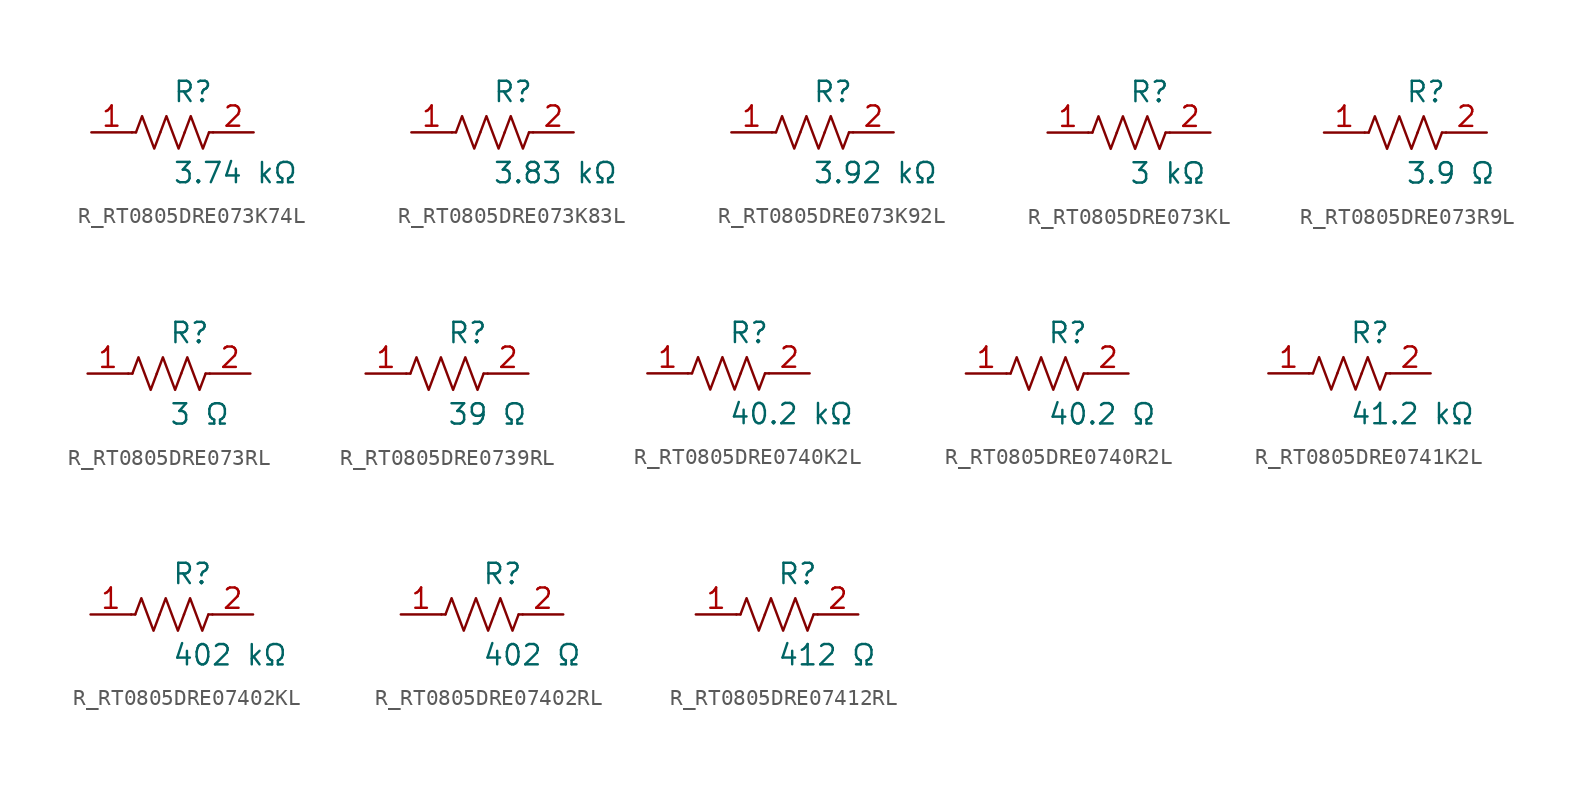
<source format=kicad_sym>
(kicad_symbol_lib
  (version 20231120)
  (generator kicad_symbol_editor)
  (generator_version 8.0)
  (symbol "R_RT0805DRE073K74L"
    (pin_names
      (offset 0.254))
    (property "Reference" "R"
      (at 0 2.54 0)
      (effects (font (size 1.27 1.27)) (justify left)))
    (property "Value" "3.74 kΩ"
      (at 0 -2.54 0)
      (effects (font (size 1.27 1.27)) (justify left)))
    (symbol "R_RT0805DRE073K74L_0_1"
      (polyline (pts (xy 2.286 0) (xy 2.54 0)) (stroke (width 0) (type default)) (fill (type none)))
      (polyline (pts (xy -2.286 0) (xy -2.54 0)) (stroke (width 0) (type default)) (fill (type none)))
      (polyline (pts (xy 0.762 0) (xy 1.143 1.016) (xy 1.524 0) (xy 1.905 -1.016) (xy 2.286 0)) (stroke (width 0) (type default)) (fill (type none)))
      (polyline (pts (xy -0.762 0) (xy -0.381 1.016) (xy 0 0) (xy 0.381 -1.016) (xy 0.762 0)) (stroke (width 0) (type default)) (fill (type none)))
      (polyline (pts (xy -2.286 0) (xy -1.905 1.016) (xy -1.524 0) (xy -1.143 -1.016) (xy -0.762 0)) (stroke (width 0) (type default)) (fill (type none))))
    (pin passive line
      (at -5.08 0 0)
      (length 2.54)
      (name "" (effects (font (size 1.27 1.27))))
      (number "1" (effects (font (size 1.27 1.27)))))
    (pin passive line
      (at 5.08 0 180)
      (length 2.54)
      (name "" (effects (font (size 1.27 1.27))))
      (number "2" (effects (font (size 1.27 1.27))))))
  (symbol "R_RT0805DRE073K83L"
    (pin_names
      (offset 0.254))
    (property "Reference" "R"
      (at 0 2.54 0)
      (effects (font (size 1.27 1.27)) (justify left)))
    (property "Value" "3.83 kΩ"
      (at 0 -2.54 0)
      (effects (font (size 1.27 1.27)) (justify left)))
    (symbol "R_RT0805DRE073K83L_0_1"
      (polyline (pts (xy 2.286 0) (xy 2.54 0)) (stroke (width 0) (type default)) (fill (type none)))
      (polyline (pts (xy -2.286 0) (xy -2.54 0)) (stroke (width 0) (type default)) (fill (type none)))
      (polyline (pts (xy 0.762 0) (xy 1.143 1.016) (xy 1.524 0) (xy 1.905 -1.016) (xy 2.286 0)) (stroke (width 0) (type default)) (fill (type none)))
      (polyline (pts (xy -0.762 0) (xy -0.381 1.016) (xy 0 0) (xy 0.381 -1.016) (xy 0.762 0)) (stroke (width 0) (type default)) (fill (type none)))
      (polyline (pts (xy -2.286 0) (xy -1.905 1.016) (xy -1.524 0) (xy -1.143 -1.016) (xy -0.762 0)) (stroke (width 0) (type default)) (fill (type none))))
    (pin passive line
      (at -5.08 0 0)
      (length 2.54)
      (name "" (effects (font (size 1.27 1.27))))
      (number "1" (effects (font (size 1.27 1.27)))))
    (pin passive line
      (at 5.08 0 180)
      (length 2.54)
      (name "" (effects (font (size 1.27 1.27))))
      (number "2" (effects (font (size 1.27 1.27))))))
  (symbol "R_RT0805DRE073K92L"
    (pin_names
      (offset 0.254))
    (property "Reference" "R"
      (at 0 2.54 0)
      (effects (font (size 1.27 1.27)) (justify left)))
    (property "Value" "3.92 kΩ"
      (at 0 -2.54 0)
      (effects (font (size 1.27 1.27)) (justify left)))
    (symbol "R_RT0805DRE073K92L_0_1"
      (polyline (pts (xy 2.286 0) (xy 2.54 0)) (stroke (width 0) (type default)) (fill (type none)))
      (polyline (pts (xy -2.286 0) (xy -2.54 0)) (stroke (width 0) (type default)) (fill (type none)))
      (polyline (pts (xy 0.762 0) (xy 1.143 1.016) (xy 1.524 0) (xy 1.905 -1.016) (xy 2.286 0)) (stroke (width 0) (type default)) (fill (type none)))
      (polyline (pts (xy -0.762 0) (xy -0.381 1.016) (xy 0 0) (xy 0.381 -1.016) (xy 0.762 0)) (stroke (width 0) (type default)) (fill (type none)))
      (polyline (pts (xy -2.286 0) (xy -1.905 1.016) (xy -1.524 0) (xy -1.143 -1.016) (xy -0.762 0)) (stroke (width 0) (type default)) (fill (type none))))
    (pin passive line
      (at -5.08 0 0)
      (length 2.54)
      (name "" (effects (font (size 1.27 1.27))))
      (number "1" (effects (font (size 1.27 1.27)))))
    (pin passive line
      (at 5.08 0 180)
      (length 2.54)
      (name "" (effects (font (size 1.27 1.27))))
      (number "2" (effects (font (size 1.27 1.27))))))
  (symbol "R_RT0805DRE073KL"
    (pin_names
      (offset 0.254))
    (property "Reference" "R"
      (at 0 2.54 0)
      (effects (font (size 1.27 1.27)) (justify left)))
    (property "Value" "3 kΩ"
      (at 0 -2.54 0)
      (effects (font (size 1.27 1.27)) (justify left)))
    (symbol "R_RT0805DRE073KL_0_1"
      (polyline (pts (xy 2.286 0) (xy 2.54 0)) (stroke (width 0) (type default)) (fill (type none)))
      (polyline (pts (xy -2.286 0) (xy -2.54 0)) (stroke (width 0) (type default)) (fill (type none)))
      (polyline (pts (xy 0.762 0) (xy 1.143 1.016) (xy 1.524 0) (xy 1.905 -1.016) (xy 2.286 0)) (stroke (width 0) (type default)) (fill (type none)))
      (polyline (pts (xy -0.762 0) (xy -0.381 1.016) (xy 0 0) (xy 0.381 -1.016) (xy 0.762 0)) (stroke (width 0) (type default)) (fill (type none)))
      (polyline (pts (xy -2.286 0) (xy -1.905 1.016) (xy -1.524 0) (xy -1.143 -1.016) (xy -0.762 0)) (stroke (width 0) (type default)) (fill (type none))))
    (pin passive line
      (at -5.08 0 0)
      (length 2.54)
      (name "" (effects (font (size 1.27 1.27))))
      (number "1" (effects (font (size 1.27 1.27)))))
    (pin passive line
      (at 5.08 0 180)
      (length 2.54)
      (name "" (effects (font (size 1.27 1.27))))
      (number "2" (effects (font (size 1.27 1.27))))))
  (symbol "R_RT0805DRE073R9L"
    (pin_names
      (offset 0.254))
    (property "Reference" "R"
      (at 0 2.54 0)
      (effects (font (size 1.27 1.27)) (justify left)))
    (property "Value" "3.9 Ω"
      (at 0 -2.54 0)
      (effects (font (size 1.27 1.27)) (justify left)))
    (symbol "R_RT0805DRE073R9L_0_1"
      (polyline (pts (xy 2.286 0) (xy 2.54 0)) (stroke (width 0) (type default)) (fill (type none)))
      (polyline (pts (xy -2.286 0) (xy -2.54 0)) (stroke (width 0) (type default)) (fill (type none)))
      (polyline (pts (xy 0.762 0) (xy 1.143 1.016) (xy 1.524 0) (xy 1.905 -1.016) (xy 2.286 0)) (stroke (width 0) (type default)) (fill (type none)))
      (polyline (pts (xy -0.762 0) (xy -0.381 1.016) (xy 0 0) (xy 0.381 -1.016) (xy 0.762 0)) (stroke (width 0) (type default)) (fill (type none)))
      (polyline (pts (xy -2.286 0) (xy -1.905 1.016) (xy -1.524 0) (xy -1.143 -1.016) (xy -0.762 0)) (stroke (width 0) (type default)) (fill (type none))))
    (pin passive line
      (at -5.08 0 0)
      (length 2.54)
      (name "" (effects (font (size 1.27 1.27))))
      (number "1" (effects (font (size 1.27 1.27)))))
    (pin passive line
      (at 5.08 0 180)
      (length 2.54)
      (name "" (effects (font (size 1.27 1.27))))
      (number "2" (effects (font (size 1.27 1.27))))))
  (symbol "R_RT0805DRE073RL"
    (pin_names
      (offset 0.254))
    (property "Reference" "R"
      (at 0 2.54 0)
      (effects (font (size 1.27 1.27)) (justify left)))
    (property "Value" "3 Ω"
      (at 0 -2.54 0)
      (effects (font (size 1.27 1.27)) (justify left)))
    (symbol "R_RT0805DRE073RL_0_1"
      (polyline (pts (xy 2.286 0) (xy 2.54 0)) (stroke (width 0) (type default)) (fill (type none)))
      (polyline (pts (xy -2.286 0) (xy -2.54 0)) (stroke (width 0) (type default)) (fill (type none)))
      (polyline (pts (xy 0.762 0) (xy 1.143 1.016) (xy 1.524 0) (xy 1.905 -1.016) (xy 2.286 0)) (stroke (width 0) (type default)) (fill (type none)))
      (polyline (pts (xy -0.762 0) (xy -0.381 1.016) (xy 0 0) (xy 0.381 -1.016) (xy 0.762 0)) (stroke (width 0) (type default)) (fill (type none)))
      (polyline (pts (xy -2.286 0) (xy -1.905 1.016) (xy -1.524 0) (xy -1.143 -1.016) (xy -0.762 0)) (stroke (width 0) (type default)) (fill (type none))))
    (pin passive line
      (at -5.08 0 0)
      (length 2.54)
      (name "" (effects (font (size 1.27 1.27))))
      (number "1" (effects (font (size 1.27 1.27)))))
    (pin passive line
      (at 5.08 0 180)
      (length 2.54)
      (name "" (effects (font (size 1.27 1.27))))
      (number "2" (effects (font (size 1.27 1.27))))))
  (symbol "R_RT0805DRE0739RL"
    (pin_names
      (offset 0.254))
    (property "Reference" "R"
      (at 0 2.54 0)
      (effects (font (size 1.27 1.27)) (justify left)))
    (property "Value" "39 Ω"
      (at 0 -2.54 0)
      (effects (font (size 1.27 1.27)) (justify left)))
    (symbol "R_RT0805DRE0739RL_0_1"
      (polyline (pts (xy 2.286 0) (xy 2.54 0)) (stroke (width 0) (type default)) (fill (type none)))
      (polyline (pts (xy -2.286 0) (xy -2.54 0)) (stroke (width 0) (type default)) (fill (type none)))
      (polyline (pts (xy 0.762 0) (xy 1.143 1.016) (xy 1.524 0) (xy 1.905 -1.016) (xy 2.286 0)) (stroke (width 0) (type default)) (fill (type none)))
      (polyline (pts (xy -0.762 0) (xy -0.381 1.016) (xy 0 0) (xy 0.381 -1.016) (xy 0.762 0)) (stroke (width 0) (type default)) (fill (type none)))
      (polyline (pts (xy -2.286 0) (xy -1.905 1.016) (xy -1.524 0) (xy -1.143 -1.016) (xy -0.762 0)) (stroke (width 0) (type default)) (fill (type none))))
    (pin passive line
      (at -5.08 0 0)
      (length 2.54)
      (name "" (effects (font (size 1.27 1.27))))
      (number "1" (effects (font (size 1.27 1.27)))))
    (pin passive line
      (at 5.08 0 180)
      (length 2.54)
      (name "" (effects (font (size 1.27 1.27))))
      (number "2" (effects (font (size 1.27 1.27))))))
  (symbol "R_RT0805DRE0740K2L"
    (pin_names
      (offset 0.254))
    (property "Reference" "R"
      (at 0 2.54 0)
      (effects (font (size 1.27 1.27)) (justify left)))
    (property "Value" "40.2 kΩ"
      (at 0 -2.54 0)
      (effects (font (size 1.27 1.27)) (justify left)))
    (symbol "R_RT0805DRE0740K2L_0_1"
      (polyline (pts (xy 2.286 0) (xy 2.54 0)) (stroke (width 0) (type default)) (fill (type none)))
      (polyline (pts (xy -2.286 0) (xy -2.54 0)) (stroke (width 0) (type default)) (fill (type none)))
      (polyline (pts (xy 0.762 0) (xy 1.143 1.016) (xy 1.524 0) (xy 1.905 -1.016) (xy 2.286 0)) (stroke (width 0) (type default)) (fill (type none)))
      (polyline (pts (xy -0.762 0) (xy -0.381 1.016) (xy 0 0) (xy 0.381 -1.016) (xy 0.762 0)) (stroke (width 0) (type default)) (fill (type none)))
      (polyline (pts (xy -2.286 0) (xy -1.905 1.016) (xy -1.524 0) (xy -1.143 -1.016) (xy -0.762 0)) (stroke (width 0) (type default)) (fill (type none))))
    (pin passive line
      (at -5.08 0 0)
      (length 2.54)
      (name "" (effects (font (size 1.27 1.27))))
      (number "1" (effects (font (size 1.27 1.27)))))
    (pin passive line
      (at 5.08 0 180)
      (length 2.54)
      (name "" (effects (font (size 1.27 1.27))))
      (number "2" (effects (font (size 1.27 1.27))))))
  (symbol "R_RT0805DRE0740R2L"
    (pin_names
      (offset 0.254))
    (property "Reference" "R"
      (at 0 2.54 0)
      (effects (font (size 1.27 1.27)) (justify left)))
    (property "Value" "40.2 Ω"
      (at 0 -2.54 0)
      (effects (font (size 1.27 1.27)) (justify left)))
    (symbol "R_RT0805DRE0740R2L_0_1"
      (polyline (pts (xy 2.286 0) (xy 2.54 0)) (stroke (width 0) (type default)) (fill (type none)))
      (polyline (pts (xy -2.286 0) (xy -2.54 0)) (stroke (width 0) (type default)) (fill (type none)))
      (polyline (pts (xy 0.762 0) (xy 1.143 1.016) (xy 1.524 0) (xy 1.905 -1.016) (xy 2.286 0)) (stroke (width 0) (type default)) (fill (type none)))
      (polyline (pts (xy -0.762 0) (xy -0.381 1.016) (xy 0 0) (xy 0.381 -1.016) (xy 0.762 0)) (stroke (width 0) (type default)) (fill (type none)))
      (polyline (pts (xy -2.286 0) (xy -1.905 1.016) (xy -1.524 0) (xy -1.143 -1.016) (xy -0.762 0)) (stroke (width 0) (type default)) (fill (type none))))
    (pin passive line
      (at -5.08 0 0)
      (length 2.54)
      (name "" (effects (font (size 1.27 1.27))))
      (number "1" (effects (font (size 1.27 1.27)))))
    (pin passive line
      (at 5.08 0 180)
      (length 2.54)
      (name "" (effects (font (size 1.27 1.27))))
      (number "2" (effects (font (size 1.27 1.27))))))
  (symbol "R_RT0805DRE0741K2L"
    (pin_names
      (offset 0.254))
    (property "Reference" "R"
      (at 0 2.54 0)
      (effects (font (size 1.27 1.27)) (justify left)))
    (property "Value" "41.2 kΩ"
      (at 0 -2.54 0)
      (effects (font (size 1.27 1.27)) (justify left)))
    (symbol "R_RT0805DRE0741K2L_0_1"
      (polyline (pts (xy 2.286 0) (xy 2.54 0)) (stroke (width 0) (type default)) (fill (type none)))
      (polyline (pts (xy -2.286 0) (xy -2.54 0)) (stroke (width 0) (type default)) (fill (type none)))
      (polyline (pts (xy 0.762 0) (xy 1.143 1.016) (xy 1.524 0) (xy 1.905 -1.016) (xy 2.286 0)) (stroke (width 0) (type default)) (fill (type none)))
      (polyline (pts (xy -0.762 0) (xy -0.381 1.016) (xy 0 0) (xy 0.381 -1.016) (xy 0.762 0)) (stroke (width 0) (type default)) (fill (type none)))
      (polyline (pts (xy -2.286 0) (xy -1.905 1.016) (xy -1.524 0) (xy -1.143 -1.016) (xy -0.762 0)) (stroke (width 0) (type default)) (fill (type none))))
    (pin passive line
      (at -5.08 0 0)
      (length 2.54)
      (name "" (effects (font (size 1.27 1.27))))
      (number "1" (effects (font (size 1.27 1.27)))))
    (pin passive line
      (at 5.08 0 180)
      (length 2.54)
      (name "" (effects (font (size 1.27 1.27))))
      (number "2" (effects (font (size 1.27 1.27))))))
  (symbol "R_RT0805DRE07402KL"
    (pin_names
      (offset 0.254))
    (property "Reference" "R"
      (at 0 2.54 0)
      (effects (font (size 1.27 1.27)) (justify left)))
    (property "Value" "402 kΩ"
      (at 0 -2.54 0)
      (effects (font (size 1.27 1.27)) (justify left)))
    (symbol "R_RT0805DRE07402KL_0_1"
      (polyline (pts (xy 2.286 0) (xy 2.54 0)) (stroke (width 0) (type default)) (fill (type none)))
      (polyline (pts (xy -2.286 0) (xy -2.54 0)) (stroke (width 0) (type default)) (fill (type none)))
      (polyline (pts (xy 0.762 0) (xy 1.143 1.016) (xy 1.524 0) (xy 1.905 -1.016) (xy 2.286 0)) (stroke (width 0) (type default)) (fill (type none)))
      (polyline (pts (xy -0.762 0) (xy -0.381 1.016) (xy 0 0) (xy 0.381 -1.016) (xy 0.762 0)) (stroke (width 0) (type default)) (fill (type none)))
      (polyline (pts (xy -2.286 0) (xy -1.905 1.016) (xy -1.524 0) (xy -1.143 -1.016) (xy -0.762 0)) (stroke (width 0) (type default)) (fill (type none))))
    (pin passive line
      (at -5.08 0 0)
      (length 2.54)
      (name "" (effects (font (size 1.27 1.27))))
      (number "1" (effects (font (size 1.27 1.27)))))
    (pin passive line
      (at 5.08 0 180)
      (length 2.54)
      (name "" (effects (font (size 1.27 1.27))))
      (number "2" (effects (font (size 1.27 1.27))))))
  (symbol "R_RT0805DRE07402RL"
    (pin_names
      (offset 0.254))
    (property "Reference" "R"
      (at 0 2.54 0)
      (effects (font (size 1.27 1.27)) (justify left)))
    (property "Value" "402 Ω"
      (at 0 -2.54 0)
      (effects (font (size 1.27 1.27)) (justify left)))
    (symbol "R_RT0805DRE07402RL_0_1"
      (polyline (pts (xy 2.286 0) (xy 2.54 0)) (stroke (width 0) (type default)) (fill (type none)))
      (polyline (pts (xy -2.286 0) (xy -2.54 0)) (stroke (width 0) (type default)) (fill (type none)))
      (polyline (pts (xy 0.762 0) (xy 1.143 1.016) (xy 1.524 0) (xy 1.905 -1.016) (xy 2.286 0)) (stroke (width 0) (type default)) (fill (type none)))
      (polyline (pts (xy -0.762 0) (xy -0.381 1.016) (xy 0 0) (xy 0.381 -1.016) (xy 0.762 0)) (stroke (width 0) (type default)) (fill (type none)))
      (polyline (pts (xy -2.286 0) (xy -1.905 1.016) (xy -1.524 0) (xy -1.143 -1.016) (xy -0.762 0)) (stroke (width 0) (type default)) (fill (type none))))
    (pin passive line
      (at -5.08 0 0)
      (length 2.54)
      (name "" (effects (font (size 1.27 1.27))))
      (number "1" (effects (font (size 1.27 1.27)))))
    (pin passive line
      (at 5.08 0 180)
      (length 2.54)
      (name "" (effects (font (size 1.27 1.27))))
      (number "2" (effects (font (size 1.27 1.27))))))
  (symbol "R_RT0805DRE07412RL"
    (pin_names
      (offset 0.254))
    (property "Reference" "R"
      (at 0 2.54 0)
      (effects (font (size 1.27 1.27)) (justify left)))
    (property "Value" "412 Ω"
      (at 0 -2.54 0)
      (effects (font (size 1.27 1.27)) (justify left)))
    (symbol "R_RT0805DRE07412RL_0_1"
      (polyline (pts (xy 2.286 0) (xy 2.54 0)) (stroke (width 0) (type default)) (fill (type none)))
      (polyline (pts (xy -2.286 0) (xy -2.54 0)) (stroke (width 0) (type default)) (fill (type none)))
      (polyline (pts (xy 0.762 0) (xy 1.143 1.016) (xy 1.524 0) (xy 1.905 -1.016) (xy 2.286 0)) (stroke (width 0) (type default)) (fill (type none)))
      (polyline (pts (xy -0.762 0) (xy -0.381 1.016) (xy 0 0) (xy 0.381 -1.016) (xy 0.762 0)) (stroke (width 0) (type default)) (fill (type none)))
      (polyline (pts (xy -2.286 0) (xy -1.905 1.016) (xy -1.524 0) (xy -1.143 -1.016) (xy -0.762 0)) (stroke (width 0) (type default)) (fill (type none))))
    (pin passive line
      (at -5.08 0 0)
      (length 2.54)
      (name "" (effects (font (size 1.27 1.27))))
      (number "1" (effects (font (size 1.27 1.27)))))
    (pin passive line
      (at 5.08 0 180)
      (length 2.54)
      (name "" (effects (font (size 1.27 1.27))))
      (number "2" (effects (font (size 1.27 1.27)))))))
</source>
